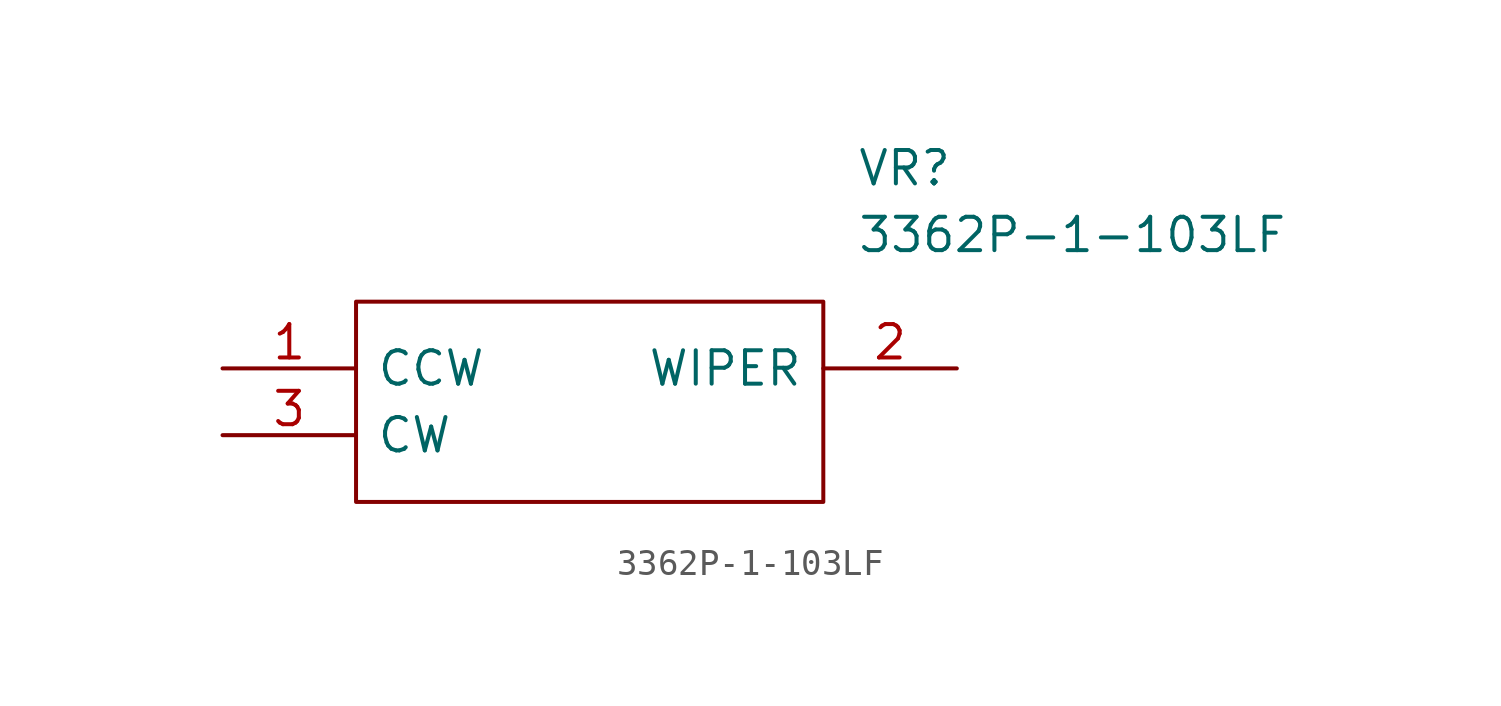
<source format=kicad_sym>
(kicad_symbol_lib
  (version 20211014)
  (generator kicad_symbol_editor)
  (symbol "3362P-1-103LF"
    (pin_names
      (offset 0.762))
    (property "Reference" "VR"
      (at 24.13 7.62 0)
      (effects (font (size 1.27 1.27)) (justify left)))
    (property "Value" "3362P-1-103LF"
      (at 24.13 5.08 0)
      (effects (font (size 1.27 1.27)) (justify left)))
    (symbol "3362P-1-103LF_0_0"
      (pin passive line (at 0 0 0) (length 5.08) (name "CCW" (effects (font (size 1.27 1.27)))) (number "1" (effects (font (size 1.27 1.27)))))
      (pin passive line (at 27.94 0 180) (length 5.08) (name "WIPER" (effects (font (size 1.27 1.27)))) (number "2" (effects (font (size 1.27 1.27)))))
      (pin passive line (at 0 -2.54 0) (length 5.08) (name "CW" (effects (font (size 1.27 1.27)))) (number "3" (effects (font (size 1.27 1.27))))))
    (symbol "3362P-1-103LF_0_1"
      (polyline (pts (xy 5.08 2.54) (xy 22.86 2.54) (xy 22.86 -5.08) (xy 5.08 -5.08) (xy 5.08 2.54)) (stroke (width 0.152) (type default) (color 0 0 0 0)) (fill (type none))))))
</source>
